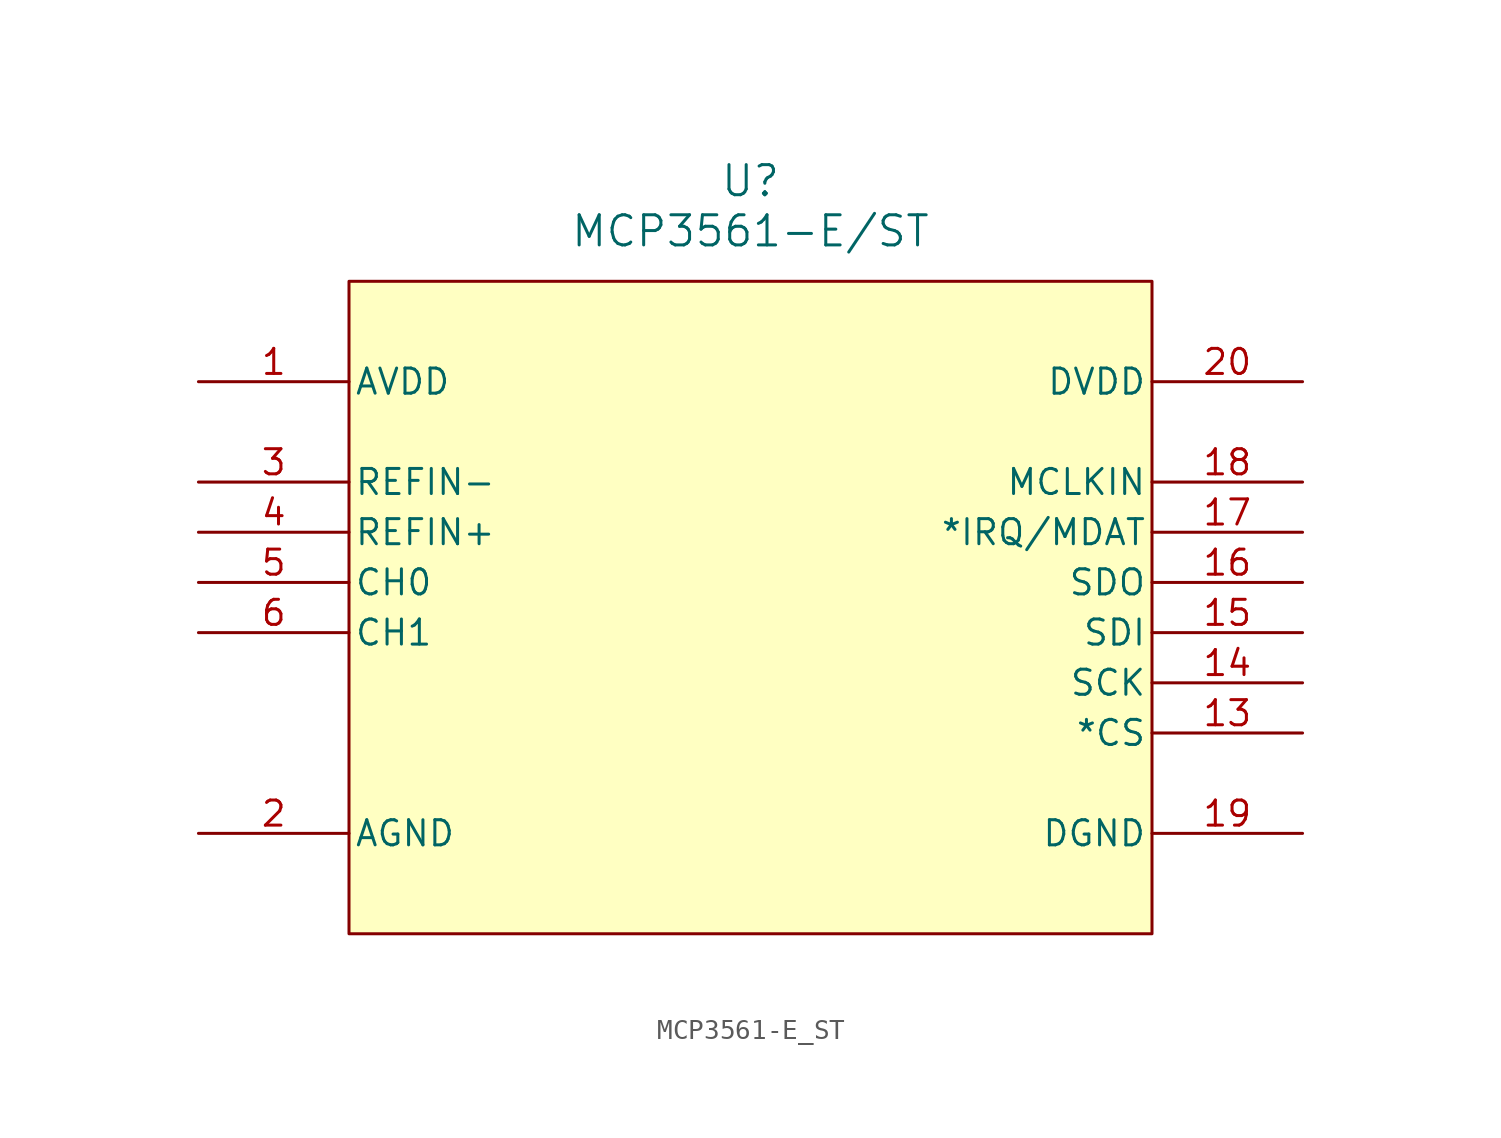
<source format=kicad_sym>
(kicad_symbol_lib
  (version 20231120)
  (generator "kicad_symbol_editor")
  (generator_version "8.0")
  (symbol "MCP3561-E_ST"
    (pin_names
      (offset 0.254))
    (property "Reference" "U"
      (at 27.94 10.16 0)
      (effects (font (size 1.524 1.524))))
    (property "Value" "MCP3561-E/ST"
      (at 27.94 7.62 0)
      (effects (font (size 1.524 1.524))))
    (property "ki_locked" ""
      (at 0 0 0)
      (effects (font (size 1.27 1.27))))
    (symbol "MCP3561-E_ST_0_1"
      (pin power_in line (at 0 0 0) (length 7.62) (name "AVDD" (effects (font (size 1.27 1.27)))) (number "1" (effects (font (size 1.27 1.27)))))
      (pin input line (at 55.88 -17.78 180) (length 7.62) (name "*CS" (effects (font (size 1.27 1.27)))) (number "13" (effects (font (size 1.27 1.27)))))
      (pin input line (at 55.88 -15.24 180) (length 7.62) (name "SCK" (effects (font (size 1.27 1.27)))) (number "14" (effects (font (size 1.27 1.27)))))
      (pin input line (at 55.88 -12.7 180) (length 7.62) (name "SDI" (effects (font (size 1.27 1.27)))) (number "15" (effects (font (size 1.27 1.27)))))
      (pin output line (at 55.88 -10.16 180) (length 7.62) (name "SDO" (effects (font (size 1.27 1.27)))) (number "16" (effects (font (size 1.27 1.27)))))
      (pin output line (at 55.88 -7.62 180) (length 7.62) (name "*IRQ/MDAT" (effects (font (size 1.27 1.27)))) (number "17" (effects (font (size 1.27 1.27)))))
      (pin bidirectional line (at 55.88 -5.08 180) (length 7.62) (name "MCLKIN" (effects (font (size 1.27 1.27)))) (number "18" (effects (font (size 1.27 1.27)))))
      (pin power_out line (at 55.88 -22.86 180) (length 7.62) (name "DGND" (effects (font (size 1.27 1.27)))) (number "19" (effects (font (size 1.27 1.27)))))
      (pin power_out line (at 0 -22.86 0) (length 7.62) (name "AGND" (effects (font (size 1.27 1.27)))) (number "2" (effects (font (size 1.27 1.27)))))
      (pin power_in line (at 55.88 0 180) (length 7.62) (name "DVDD" (effects (font (size 1.27 1.27)))) (number "20" (effects (font (size 1.27 1.27)))))
      (pin input line (at 0 -5.08 0) (length 7.62) (name "REFIN-" (effects (font (size 1.27 1.27)))) (number "3" (effects (font (size 1.27 1.27)))))
      (pin input line (at 0 -7.62 0) (length 7.62) (name "REFIN+" (effects (font (size 1.27 1.27)))) (number "4" (effects (font (size 1.27 1.27)))))
      (pin input line (at 0 -10.16 0) (length 7.62) (name "CH0" (effects (font (size 1.27 1.27)))) (number "5" (effects (font (size 1.27 1.27)))))
      (pin input line (at 0 -12.7 0) (length 7.62) (name "CH1" (effects (font (size 1.27 1.27)))) (number "6" (effects (font (size 1.27 1.27))))))
    (symbol "MCP3561-E_ST_1_1"
      (rectangle (start 7.62 5.08) (end 48.26 -27.94) (stroke (width 0) (type default)) (fill (type background)))
      (pin no_connect line (at 0 -22.86 0) (length 7.62) hide (name "NC" (effects (font (size 1.27 1.27)))) (number "10" (effects (font (size 1.27 1.27)))))
      (pin no_connect line (at 55.88 -22.86 180) (length 7.62) hide (name "NC" (effects (font (size 1.27 1.27)))) (number "11" (effects (font (size 1.27 1.27)))))
      (pin no_connect line (at 55.88 -20.32 180) (length 7.62) hide (name "NC" (effects (font (size 1.27 1.27)))) (number "12" (effects (font (size 1.27 1.27)))))
      (pin no_connect line (at 0 -15.24 0) (length 7.62) hide (name "NC" (effects (font (size 1.27 1.27)))) (number "7" (effects (font (size 1.27 1.27)))))
      (pin no_connect line (at 0 -17.78 0) (length 7.62) hide (name "NC" (effects (font (size 1.27 1.27)))) (number "8" (effects (font (size 1.27 1.27)))))
      (pin no_connect line (at 0 -20.32 0) (length 7.62) hide (name "NC" (effects (font (size 1.27 1.27)))) (number "9" (effects (font (size 1.27 1.27))))))))
</source>
